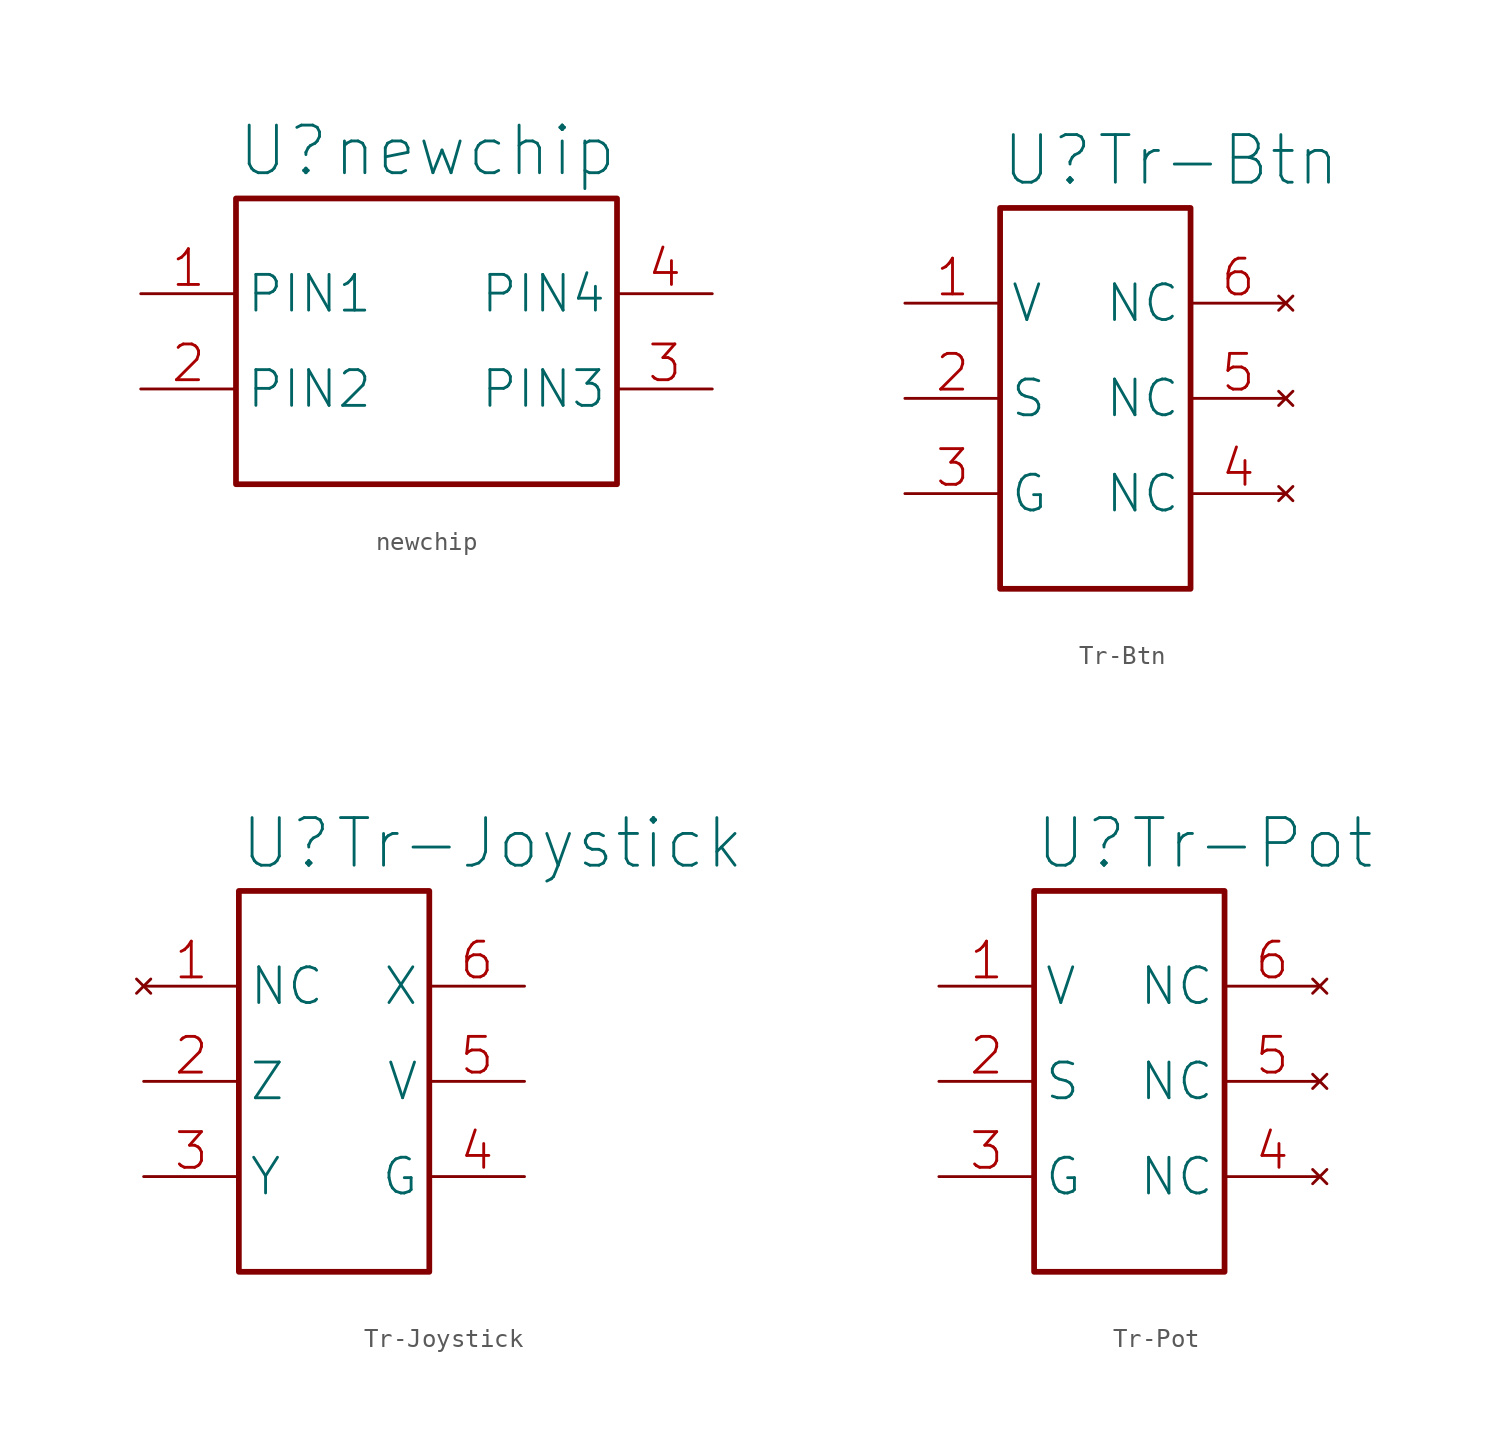
<source format=kicad_sym>
(kicad_symbol_lib
  (version 20211014)
  (generator kicad_symbol_editor)
  (symbol "newchip"
    (property "Reference" "U"
      (at -10.16 10.16 0)
      (effects (font (size 2.54 2.54)) (justify left)))
    (property "Value" "newchip"
      (at -5.08 10.16 0)
      (effects (font (size 2.54 2.54)) (justify left)))
    (symbol "newchip_0_1"
      (rectangle (start -10.16 7.62) (end 10.16 -7.62) (stroke (width 0.305) (type default) (color 0 0 0 0)) (fill (type none))))
    (symbol "newchip_1_1"
      (pin passive line (at -15.24 2.54 0) (length 5.08) (name "PIN1" (effects (font (size 1.905 1.905)))) (number "1" (effects (font (size 1.905 1.905)))))
      (pin passive line (at -15.24 -2.54 0) (length 5.08) (name "PIN2" (effects (font (size 1.905 1.905)))) (number "2" (effects (font (size 1.905 1.905)))))
      (pin passive line (at 15.24 -2.54 180) (length 5.08) (name "PIN3" (effects (font (size 1.905 1.905)))) (number "3" (effects (font (size 1.905 1.905)))))
      (pin passive line (at 15.24 2.54 180) (length 5.08) (name "PIN4" (effects (font (size 1.905 1.905)))) (number "4" (effects (font (size 1.905 1.905)))))))
  (symbol "Tr-Btn"
    (property "Reference" "U"
      (at -5.08 12.7 0)
      (effects (font (size 2.54 2.54)) (justify left)))
    (property "Value" "Tr-Btn"
      (at 0 12.7 0)
      (effects (font (size 2.54 2.54)) (justify left)))
    (symbol "Tr-Btn_0_1"
      (rectangle (start -5.08 10.16) (end 5.08 -10.16) (stroke (width 0.305) (type default) (color 0 0 0 0)) (fill (type none))))
    (symbol "Tr-Btn_1_1"
      (pin passive line (at -10.16 5.08 0) (length 5.08) (name "V" (effects (font (size 1.905 1.905)))) (number "1" (effects (font (size 1.905 1.905)))))
      (pin passive line (at -10.16 0 0) (length 5.08) (name "S" (effects (font (size 1.905 1.905)))) (number "2" (effects (font (size 1.905 1.905)))))
      (pin passive line (at -10.16 -5.08 0) (length 5.08) (name "G" (effects (font (size 1.905 1.905)))) (number "3" (effects (font (size 1.905 1.905)))))
      (pin no_connect line (at 10.16 -5.08 180) (length 5.08) (name "NC" (effects (font (size 1.905 1.905)))) (number "4" (effects (font (size 1.905 1.905)))))
      (pin no_connect line (at 10.16 0 180) (length 5.08) (name "NC" (effects (font (size 1.905 1.905)))) (number "5" (effects (font (size 1.905 1.905)))))
      (pin no_connect line (at 10.16 5.08 180) (length 5.08) (name "NC" (effects (font (size 1.905 1.905)))) (number "6" (effects (font (size 1.905 1.905)))))))
  (symbol "Tr-Joystick"
    (property "Reference" "U"
      (at -5.08 12.7 0)
      (effects (font (size 2.54 2.54)) (justify left)))
    (property "Value" "Tr-Joystick"
      (at 0 12.7 0)
      (effects (font (size 2.54 2.54)) (justify left)))
    (symbol "Tr-Joystick_0_1"
      (rectangle (start -5.08 10.16) (end 5.08 -10.16) (stroke (width 0.305) (type default) (color 0 0 0 0)) (fill (type none))))
    (symbol "Tr-Joystick_1_1"
      (pin no_connect line (at -10.16 5.08 0) (length 5.08) (name "NC" (effects (font (size 1.905 1.905)))) (number "1" (effects (font (size 1.905 1.905)))))
      (pin passive line (at -10.16 0 0) (length 5.08) (name "Z" (effects (font (size 1.905 1.905)))) (number "2" (effects (font (size 1.905 1.905)))))
      (pin passive line (at -10.16 -5.08 0) (length 5.08) (name "Y" (effects (font (size 1.905 1.905)))) (number "3" (effects (font (size 1.905 1.905)))))
      (pin passive line (at 10.16 -5.08 180) (length 5.08) (name "G" (effects (font (size 1.905 1.905)))) (number "4" (effects (font (size 1.905 1.905)))))
      (pin passive line (at 10.16 0 180) (length 5.08) (name "V" (effects (font (size 1.905 1.905)))) (number "5" (effects (font (size 1.905 1.905)))))
      (pin passive line (at 10.16 5.08 180) (length 5.08) (name "X" (effects (font (size 1.905 1.905)))) (number "6" (effects (font (size 1.905 1.905)))))))
  (symbol "Tr-Pot"
    (property "Reference" "U"
      (at -5.08 12.7 0)
      (effects (font (size 2.54 2.54)) (justify left)))
    (property "Value" "Tr-Pot"
      (at 0 12.7 0)
      (effects (font (size 2.54 2.54)) (justify left)))
    (symbol "Tr-Pot_0_1"
      (rectangle (start -5.08 10.16) (end 5.08 -10.16) (stroke (width 0.305) (type default) (color 0 0 0 0)) (fill (type none))))
    (symbol "Tr-Pot_1_1"
      (pin passive line (at -10.16 5.08 0) (length 5.08) (name "V" (effects (font (size 1.905 1.905)))) (number "1" (effects (font (size 1.905 1.905)))))
      (pin passive line (at -10.16 0 0) (length 5.08) (name "S" (effects (font (size 1.905 1.905)))) (number "2" (effects (font (size 1.905 1.905)))))
      (pin passive line (at -10.16 -5.08 0) (length 5.08) (name "G" (effects (font (size 1.905 1.905)))) (number "3" (effects (font (size 1.905 1.905)))))
      (pin no_connect line (at 10.16 -5.08 180) (length 5.08) (name "NC" (effects (font (size 1.905 1.905)))) (number "4" (effects (font (size 1.905 1.905)))))
      (pin no_connect line (at 10.16 0 180) (length 5.08) (name "NC" (effects (font (size 1.905 1.905)))) (number "5" (effects (font (size 1.905 1.905)))))
      (pin no_connect line (at 10.16 5.08 180) (length 5.08) (name "NC" (effects (font (size 1.905 1.905)))) (number "6" (effects (font (size 1.905 1.905))))))))
</source>
